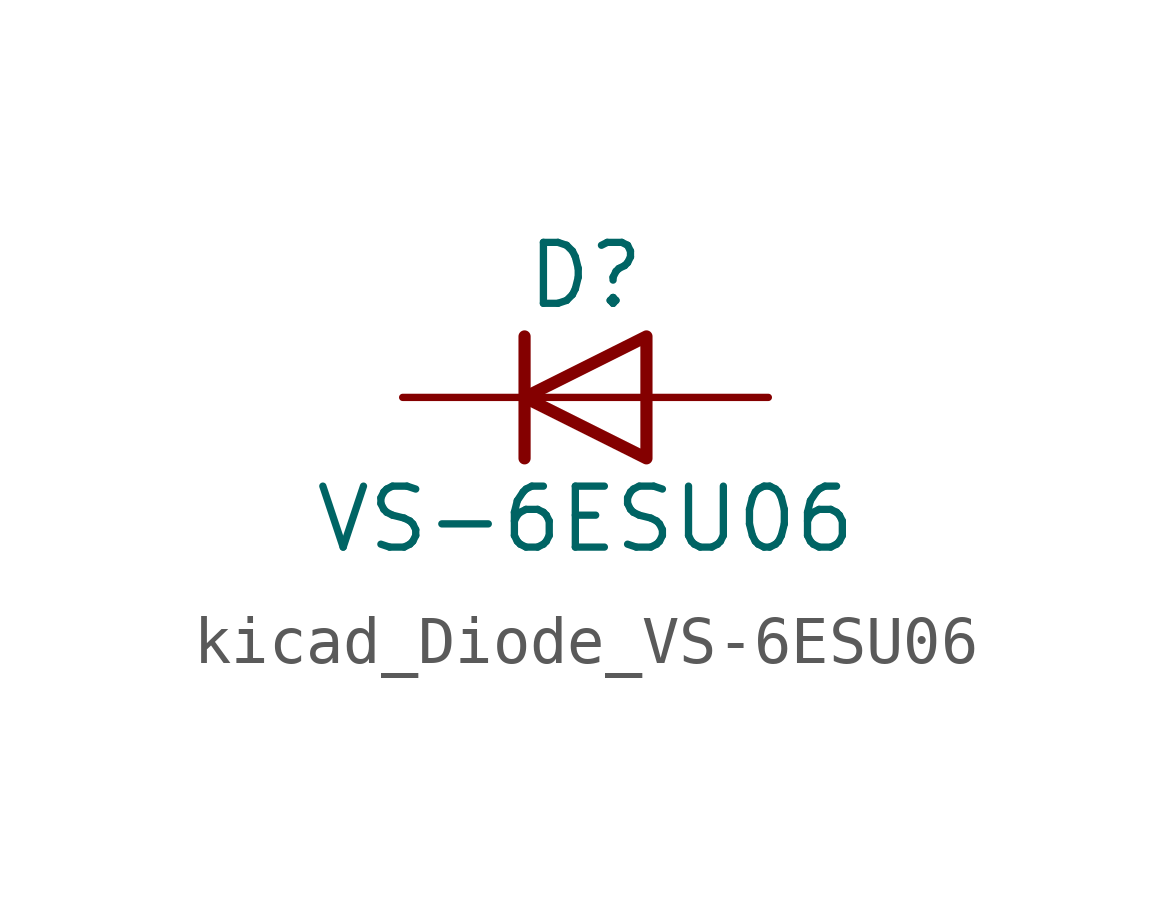
<source format=kicad_sym>
(kicad_symbol_lib
  (version 20220914)
  (generator kicad_symbol_editor)
  (symbol "kicad_Diode_VS-6ESU06"
    (pin_numbers hide)
    (pin_names hide)
    (property "Reference" "D"
      (at 0 2.54 0)
      (effects (font (size 1.27 1.27))))
    (property "Value" "VS-6ESU06"
      (at 0 -2.54 0)
      (effects (font (size 1.27 1.27))))
    (symbol "kicad_Diode_VS-6ESU06_0_1"
      (polyline (pts (xy -1.27 1.27) (xy -1.27 -1.27)) (stroke (width 0.254) (type default)) (fill (type none)))
      (polyline (pts (xy 1.27 0) (xy -1.27 0)) (stroke (width 0) (type default)) (fill (type none)))
      (polyline (pts (xy 1.27 1.27) (xy 1.27 -1.27) (xy -1.27 0) (xy 1.27 1.27)) (stroke (width 0.254) (type default)) (fill (type none))))
    (symbol "kicad_Diode_VS-6ESU06_1_1"
      (pin passive line (at 3.81 0 180) (length 2.54) (name "A" (effects (font (size 1.27 1.27)))) (number "1" (effects (font (size 1.27 1.27)))))
      (pin passive line (at 3.81 0 180) (length 2.54) hide (name "A" (effects (font (size 1.27 1.27)))) (number "2" (effects (font (size 1.27 1.27)))))
      (pin passive line (at -3.81 0 0) (length 2.54) (name "K" (effects (font (size 1.27 1.27)))) (number "3" (effects (font (size 1.27 1.27))))))))
</source>
